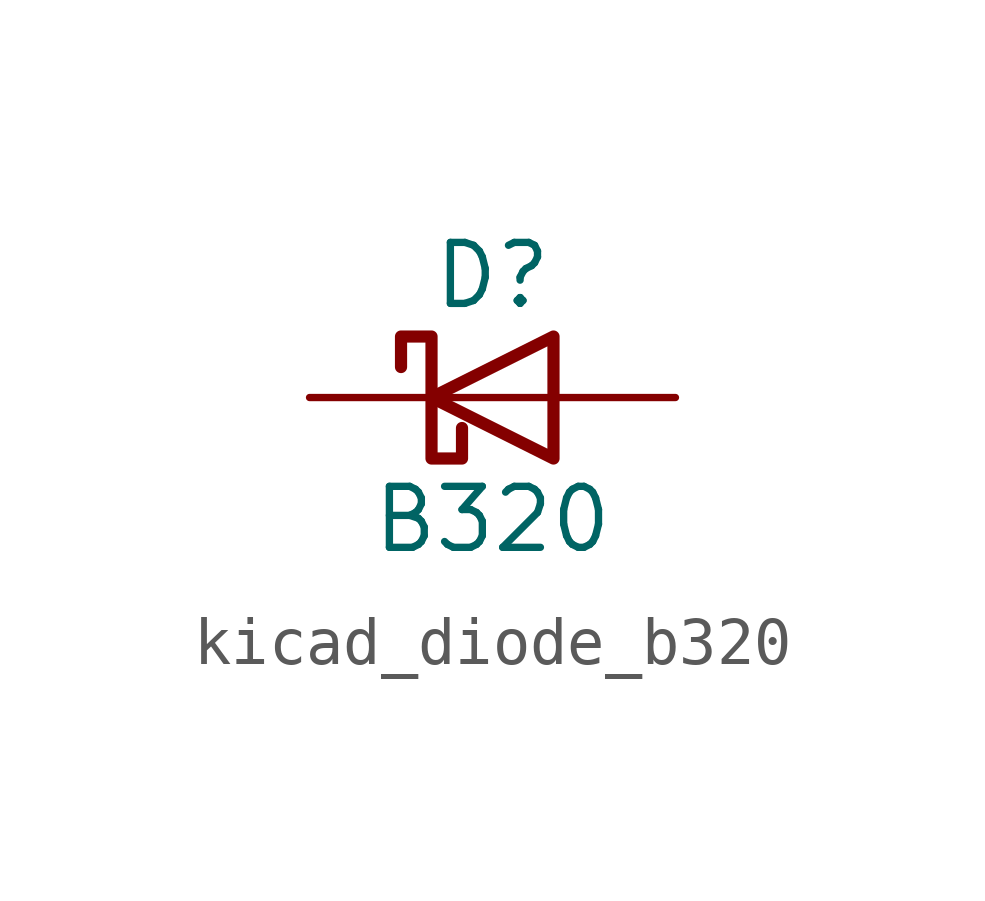
<source format=kicad_sym>
(kicad_symbol_lib
  (version 20220914)
  (generator kicad_symbol_editor)
  (symbol "kicad_diode_b320"
    (pin_numbers hide)
    (pin_names
      (offset 1.016) hide)
    (property "Reference" "D"
      (at 0 2.54 0)
      (effects (font (size 1.27 1.27))))
    (property "Value" "B320"
      (at 0 -2.54 0)
      (effects (font (size 1.27 1.27))))
    (symbol "kicad_diode_b320_0_1"
      (polyline (pts (xy 1.27 0) (xy -1.27 0)) (stroke (width 0) (type default)) (fill (type none)))
      (polyline (pts (xy 1.27 1.27) (xy 1.27 -1.27) (xy -1.27 0) (xy 1.27 1.27)) (stroke (width 0.254) (type default)) (fill (type none)))
      (polyline (pts (xy -1.905 0.635) (xy -1.905 1.27) (xy -1.27 1.27) (xy -1.27 -1.27) (xy -0.635 -1.27) (xy -0.635 -0.635)) (stroke (width 0.254) (type default)) (fill (type none))))
    (symbol "kicad_diode_b320_1_1"
      (pin passive line (at -3.81 0 0) (length 2.54) (name "K" (effects (font (size 1.27 1.27)))) (number "1" (effects (font (size 1.27 1.27)))))
      (pin passive line (at 3.81 0 180) (length 2.54) (name "A" (effects (font (size 1.27 1.27)))) (number "2" (effects (font (size 1.27 1.27))))))))
</source>
